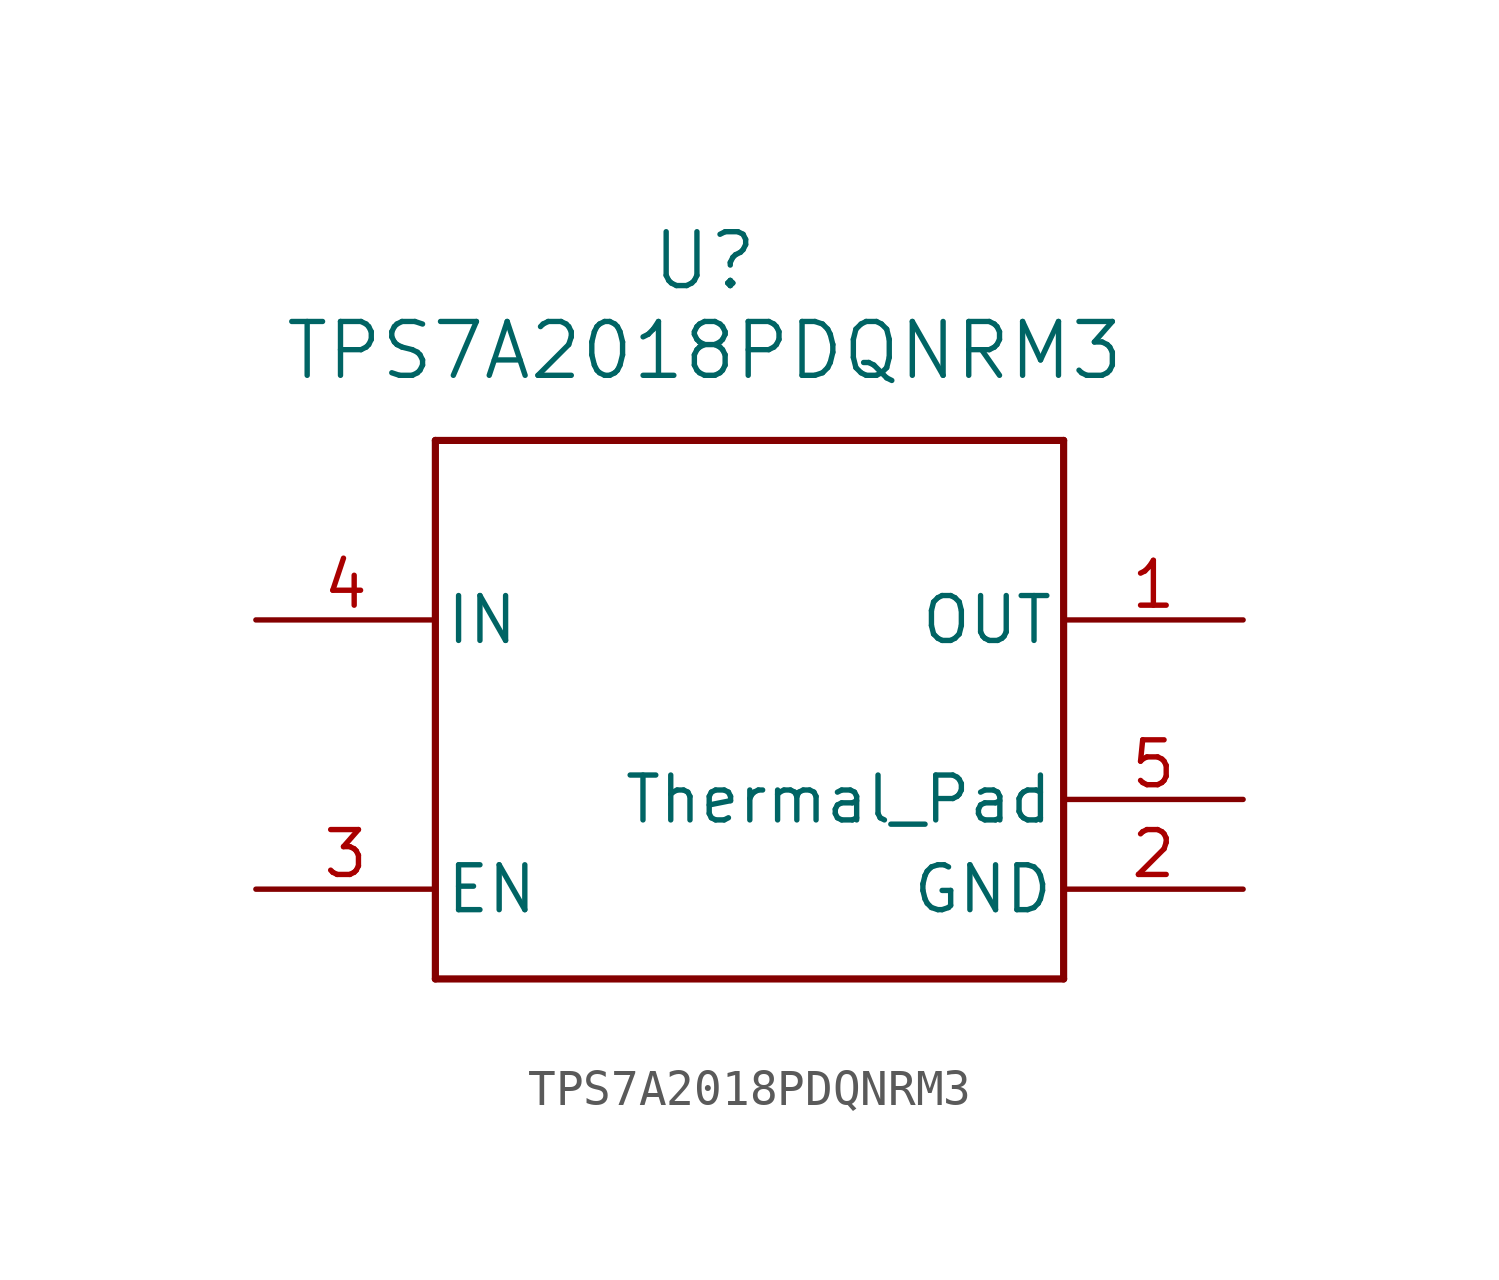
<source format=kicad_sym>
(kicad_symbol_lib
  (version 20241209)
  (generator "kicad_symbol_editor")
  (generator_version "9.0")
  (symbol "TPS7A2018PDQNRM3"
    (pin_names
      (offset 0.254))
    (property "Reference" "U"
      (at 12.7 10.16 0)
      (effects (font (size 1.524 1.524))))
    (property "Value" "TPS7A2018PDQNRM3"
      (at 12.7 7.62 0)
      (effects (font (size 1.524 1.524))))
    (property "ki_locked" ""
      (at 0 0 0)
      (effects (font (size 1.27 1.27))))
    (symbol "TPS7A2018PDQNRM3_0_1"
      (polyline (pts (xy 5.08 5.08) (xy 5.08 -10.16)) (stroke (width 0.203) (type default)) (fill (type none)))
      (polyline (pts (xy 5.08 -10.16) (xy 22.86 -10.16)) (stroke (width 0.203) (type default)) (fill (type none)))
      (polyline (pts (xy 22.86 5.08) (xy 5.08 5.08)) (stroke (width 0.203) (type default)) (fill (type none)))
      (polyline (pts (xy 22.86 -10.16) (xy 22.86 5.08)) (stroke (width 0.203) (type default)) (fill (type none)))
      (pin power_in line (at 0 0 0) (length 5.08) (name "IN" (effects (font (size 1.27 1.27)))) (number "4" (effects (font (size 1.27 1.27)))))
      (pin input line (at 0 -7.62 0) (length 5.08) (name "EN" (effects (font (size 1.27 1.27)))) (number "3" (effects (font (size 1.27 1.27)))))
      (pin unspecified line (at 27.94 0 180) (length 5.08) (name "OUT" (effects (font (size 1.27 1.27)))) (number "1" (effects (font (size 1.27 1.27)))))
      (pin unspecified line (at 27.94 -5.08 180) (length 5.08) (name "Thermal_Pad" (effects (font (size 1.27 1.27)))) (number "5" (effects (font (size 1.27 1.27)))))
      (pin power_in line (at 27.94 -7.62 180) (length 5.08) (name "GND" (effects (font (size 1.27 1.27)))) (number "2" (effects (font (size 1.27 1.27))))))))
</source>
